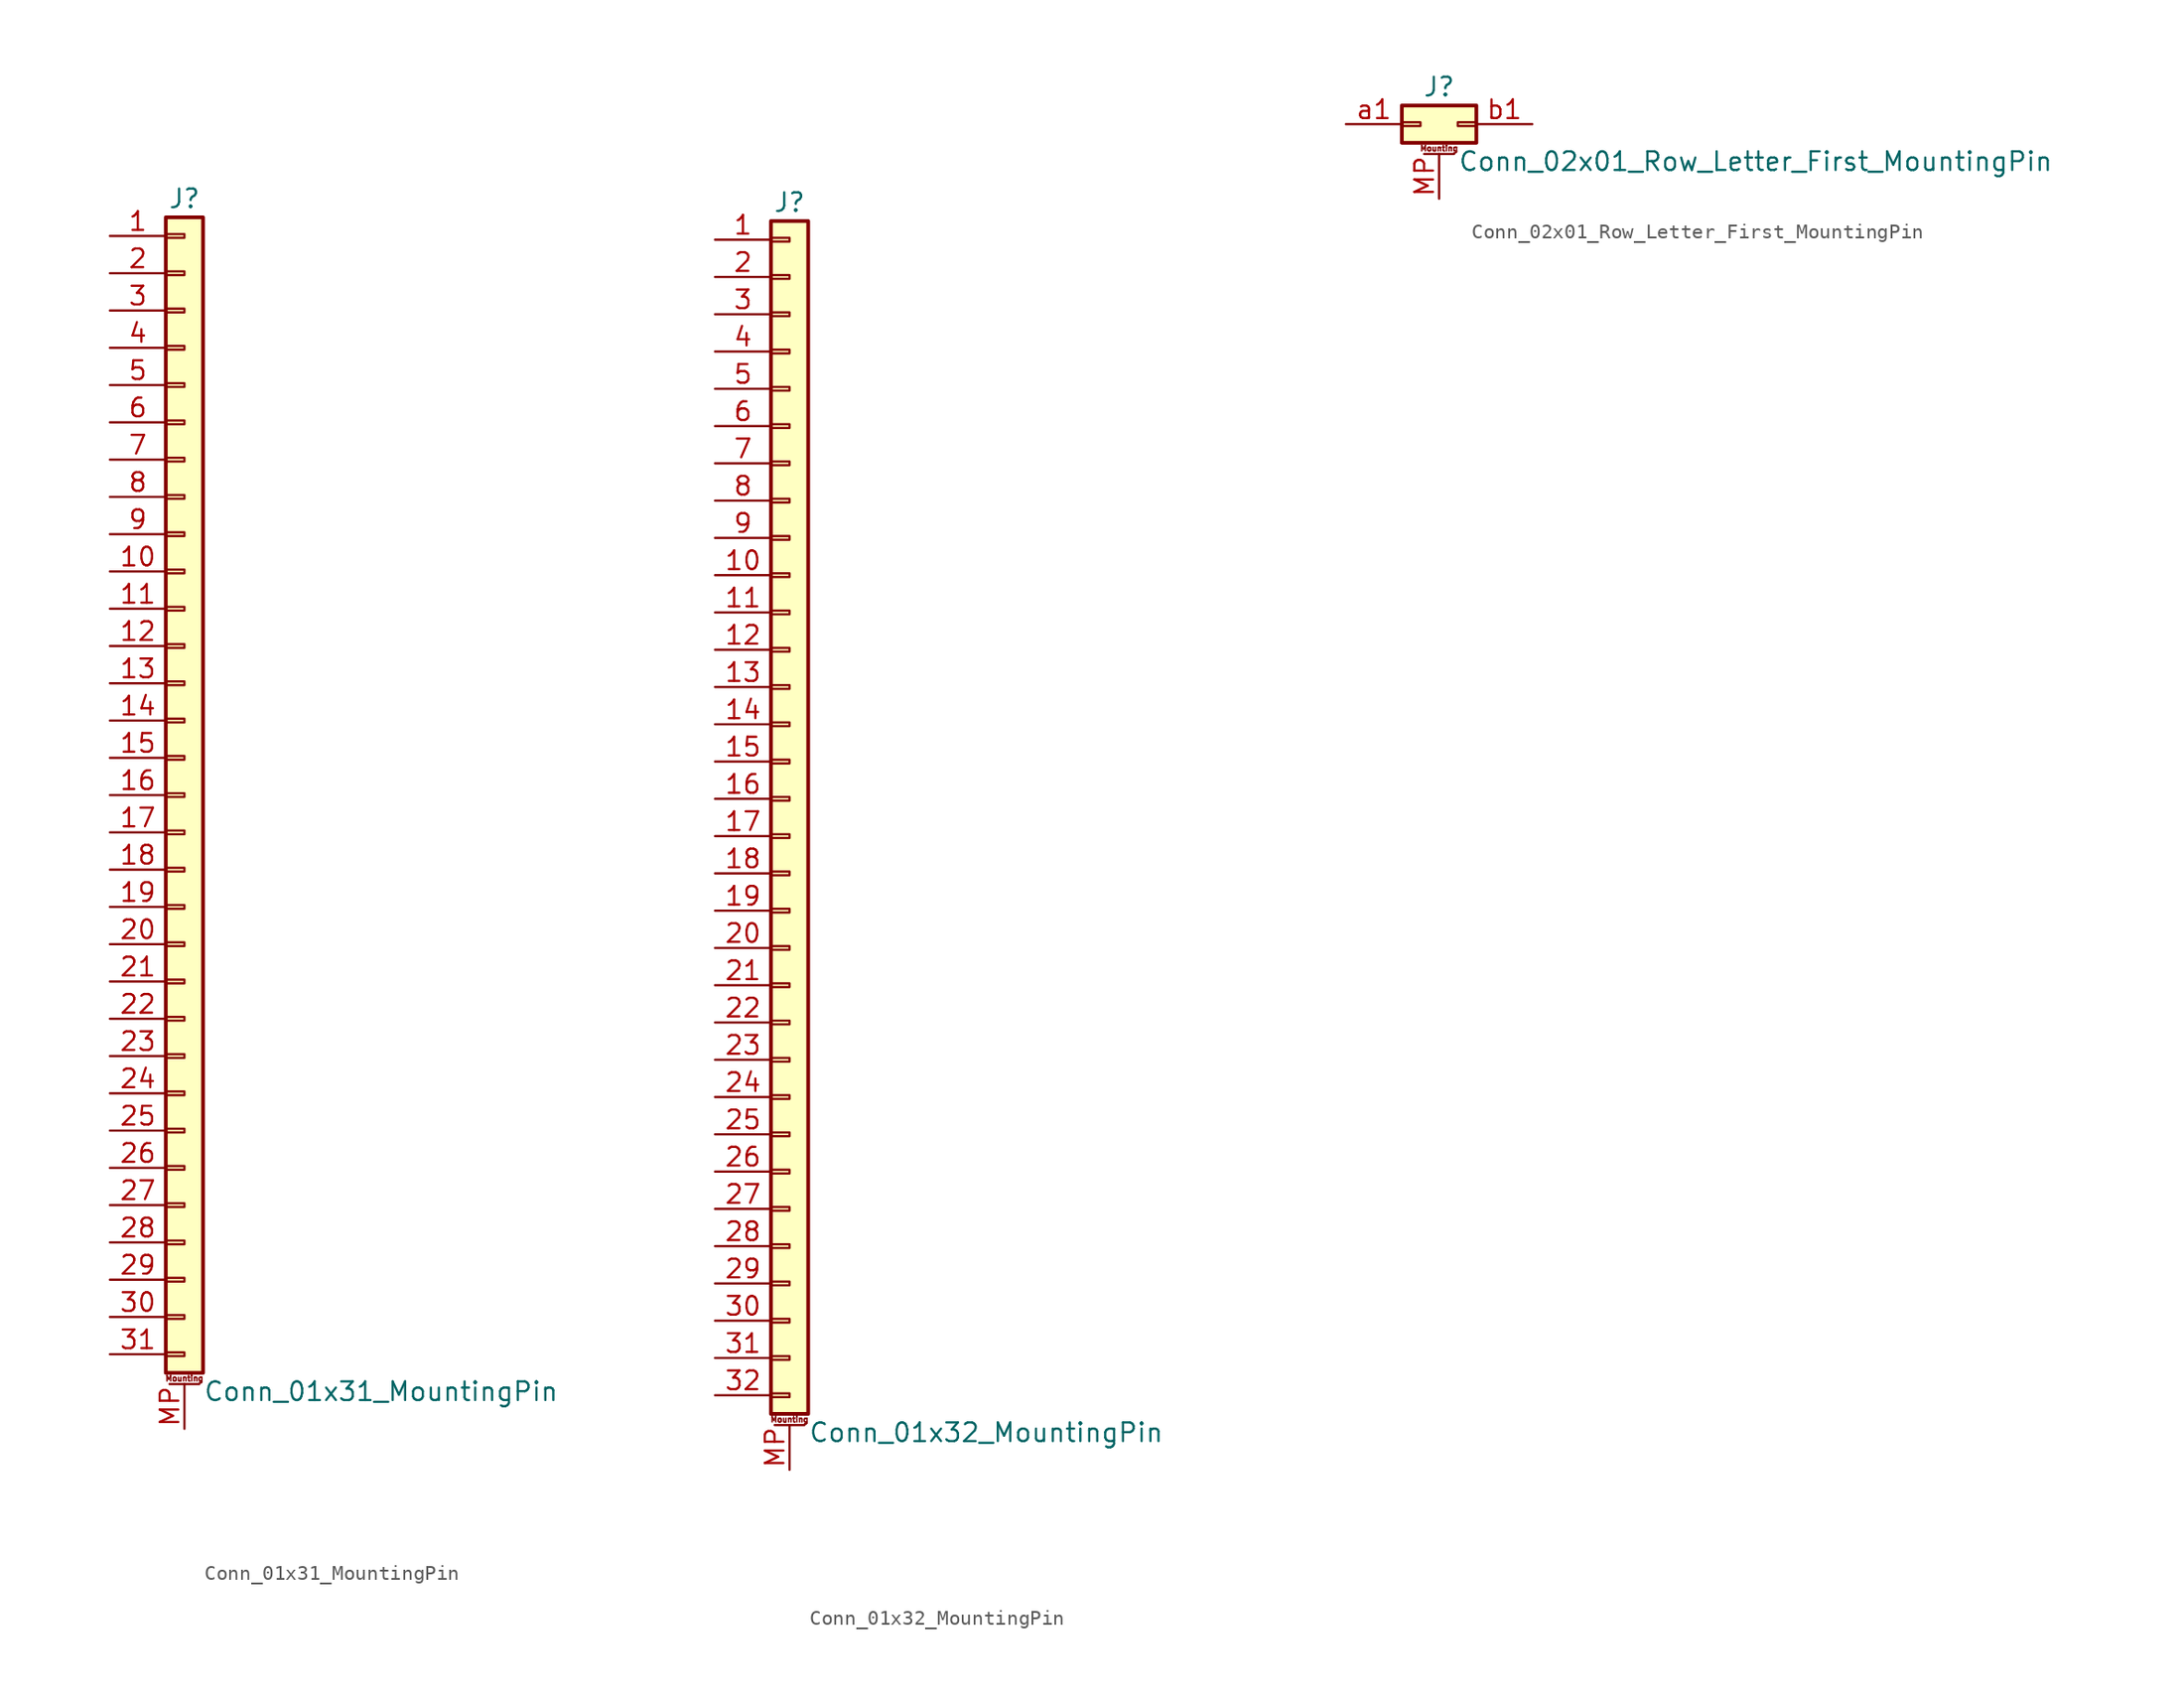
<source format=kicad_sym>
(kicad_symbol_lib
  (version 20201005)
  (generator kicad_symbol_editor)
  (symbol "Conn_01x31_MountingPin"
    (pin_names
      (offset 1.016) hide)
    (property "Reference" "J"
      (at 0 40.64 0)
      (effects (font (size 1.27 1.27))))
    (property "Value" "Conn_01x31_MountingPin"
      (at 1.27 -40.64 0)
      (effects (font (size 1.27 1.27)) (justify left)))
    (symbol "Conn_01x31_MountingPin_1_1"
      (text "Mounting" (at 0 -39.751 0) (effects (font (size 0.381 0.381))))
      (rectangle (start -1.27 -37.973) (end 0 -38.227) (stroke (width 0.152)) (fill (type none)))
      (rectangle (start -1.27 -35.433) (end 0 -35.687) (stroke (width 0.152)) (fill (type none)))
      (rectangle (start -1.27 -32.893) (end 0 -33.147) (stroke (width 0.152)) (fill (type none)))
      (rectangle (start -1.27 -30.353) (end 0 -30.607) (stroke (width 0.152)) (fill (type none)))
      (rectangle (start -1.27 -27.813) (end 0 -28.067) (stroke (width 0.152)) (fill (type none)))
      (rectangle (start -1.27 -25.273) (end 0 -25.527) (stroke (width 0.152)) (fill (type none)))
      (rectangle (start -1.27 -22.733) (end 0 -22.987) (stroke (width 0.152)) (fill (type none)))
      (rectangle (start -1.27 -20.193) (end 0 -20.447) (stroke (width 0.152)) (fill (type none)))
      (rectangle (start -1.27 -17.653) (end 0 -17.907) (stroke (width 0.152)) (fill (type none)))
      (rectangle (start -1.27 -15.113) (end 0 -15.367) (stroke (width 0.152)) (fill (type none)))
      (rectangle (start -1.27 -12.573) (end 0 -12.827) (stroke (width 0.152)) (fill (type none)))
      (rectangle (start -1.27 -10.033) (end 0 -10.287) (stroke (width 0.152)) (fill (type none)))
      (rectangle (start -1.27 -7.493) (end 0 -7.747) (stroke (width 0.152)) (fill (type none)))
      (rectangle (start -1.27 -4.953) (end 0 -5.207) (stroke (width 0.152)) (fill (type none)))
      (rectangle (start -1.27 -2.413) (end 0 -2.667) (stroke (width 0.152)) (fill (type none)))
      (rectangle (start -1.27 0.127) (end 0 -0.127) (stroke (width 0.152)) (fill (type none)))
      (rectangle (start -1.27 2.667) (end 0 2.413) (stroke (width 0.152)) (fill (type none)))
      (rectangle (start -1.27 5.207) (end 0 4.953) (stroke (width 0.152)) (fill (type none)))
      (rectangle (start -1.27 7.747) (end 0 7.493) (stroke (width 0.152)) (fill (type none)))
      (rectangle (start -1.27 10.287) (end 0 10.033) (stroke (width 0.152)) (fill (type none)))
      (rectangle (start -1.27 12.827) (end 0 12.573) (stroke (width 0.152)) (fill (type none)))
      (rectangle (start -1.27 15.367) (end 0 15.113) (stroke (width 0.152)) (fill (type none)))
      (rectangle (start -1.27 17.907) (end 0 17.653) (stroke (width 0.152)) (fill (type none)))
      (rectangle (start -1.27 20.447) (end 0 20.193) (stroke (width 0.152)) (fill (type none)))
      (rectangle (start -1.27 22.987) (end 0 22.733) (stroke (width 0.152)) (fill (type none)))
      (rectangle (start -1.27 25.527) (end 0 25.273) (stroke (width 0.152)) (fill (type none)))
      (rectangle (start -1.27 28.067) (end 0 27.813) (stroke (width 0.152)) (fill (type none)))
      (rectangle (start -1.27 30.607) (end 0 30.353) (stroke (width 0.152)) (fill (type none)))
      (rectangle (start -1.27 33.147) (end 0 32.893) (stroke (width 0.152)) (fill (type none)))
      (rectangle (start -1.27 35.687) (end 0 35.433) (stroke (width 0.152)) (fill (type none)))
      (rectangle (start -1.27 38.227) (end 0 37.973) (stroke (width 0.152)) (fill (type none)))
      (rectangle (start -1.27 39.37) (end 1.27 -39.37) (stroke (width 0.254)) (fill (type background)))
      (polyline (pts (xy -1.016 -40.132) (xy 1.016 -40.132)) (stroke (width 0.152)) (fill (type none)))
      (pin passive line (at -5.08 38.1 0) (length 3.81) (name "Pin_1" (effects (font (size 1.27 1.27)))) (number "1" (effects (font (size 1.27 1.27)))))
      (pin passive line (at -5.08 15.24 0) (length 3.81) (name "Pin_10" (effects (font (size 1.27 1.27)))) (number "10" (effects (font (size 1.27 1.27)))))
      (pin passive line (at -5.08 12.7 0) (length 3.81) (name "Pin_11" (effects (font (size 1.27 1.27)))) (number "11" (effects (font (size 1.27 1.27)))))
      (pin passive line (at -5.08 10.16 0) (length 3.81) (name "Pin_12" (effects (font (size 1.27 1.27)))) (number "12" (effects (font (size 1.27 1.27)))))
      (pin passive line (at -5.08 7.62 0) (length 3.81) (name "Pin_13" (effects (font (size 1.27 1.27)))) (number "13" (effects (font (size 1.27 1.27)))))
      (pin passive line (at -5.08 5.08 0) (length 3.81) (name "Pin_14" (effects (font (size 1.27 1.27)))) (number "14" (effects (font (size 1.27 1.27)))))
      (pin passive line (at -5.08 2.54 0) (length 3.81) (name "Pin_15" (effects (font (size 1.27 1.27)))) (number "15" (effects (font (size 1.27 1.27)))))
      (pin passive line (at -5.08 0 0) (length 3.81) (name "Pin_16" (effects (font (size 1.27 1.27)))) (number "16" (effects (font (size 1.27 1.27)))))
      (pin passive line (at -5.08 -2.54 0) (length 3.81) (name "Pin_17" (effects (font (size 1.27 1.27)))) (number "17" (effects (font (size 1.27 1.27)))))
      (pin passive line (at -5.08 -5.08 0) (length 3.81) (name "Pin_18" (effects (font (size 1.27 1.27)))) (number "18" (effects (font (size 1.27 1.27)))))
      (pin passive line (at -5.08 -7.62 0) (length 3.81) (name "Pin_19" (effects (font (size 1.27 1.27)))) (number "19" (effects (font (size 1.27 1.27)))))
      (pin passive line (at -5.08 35.56 0) (length 3.81) (name "Pin_2" (effects (font (size 1.27 1.27)))) (number "2" (effects (font (size 1.27 1.27)))))
      (pin passive line (at -5.08 -10.16 0) (length 3.81) (name "Pin_20" (effects (font (size 1.27 1.27)))) (number "20" (effects (font (size 1.27 1.27)))))
      (pin passive line (at -5.08 -12.7 0) (length 3.81) (name "Pin_21" (effects (font (size 1.27 1.27)))) (number "21" (effects (font (size 1.27 1.27)))))
      (pin passive line (at -5.08 -15.24 0) (length 3.81) (name "Pin_22" (effects (font (size 1.27 1.27)))) (number "22" (effects (font (size 1.27 1.27)))))
      (pin passive line (at -5.08 -17.78 0) (length 3.81) (name "Pin_23" (effects (font (size 1.27 1.27)))) (number "23" (effects (font (size 1.27 1.27)))))
      (pin passive line (at -5.08 -20.32 0) (length 3.81) (name "Pin_24" (effects (font (size 1.27 1.27)))) (number "24" (effects (font (size 1.27 1.27)))))
      (pin passive line (at -5.08 -22.86 0) (length 3.81) (name "Pin_25" (effects (font (size 1.27 1.27)))) (number "25" (effects (font (size 1.27 1.27)))))
      (pin passive line (at -5.08 -25.4 0) (length 3.81) (name "Pin_26" (effects (font (size 1.27 1.27)))) (number "26" (effects (font (size 1.27 1.27)))))
      (pin passive line (at -5.08 -27.94 0) (length 3.81) (name "Pin_27" (effects (font (size 1.27 1.27)))) (number "27" (effects (font (size 1.27 1.27)))))
      (pin passive line (at -5.08 -30.48 0) (length 3.81) (name "Pin_28" (effects (font (size 1.27 1.27)))) (number "28" (effects (font (size 1.27 1.27)))))
      (pin passive line (at -5.08 -33.02 0) (length 3.81) (name "Pin_29" (effects (font (size 1.27 1.27)))) (number "29" (effects (font (size 1.27 1.27)))))
      (pin passive line (at -5.08 33.02 0) (length 3.81) (name "Pin_3" (effects (font (size 1.27 1.27)))) (number "3" (effects (font (size 1.27 1.27)))))
      (pin passive line (at -5.08 -35.56 0) (length 3.81) (name "Pin_30" (effects (font (size 1.27 1.27)))) (number "30" (effects (font (size 1.27 1.27)))))
      (pin passive line (at -5.08 -38.1 0) (length 3.81) (name "Pin_31" (effects (font (size 1.27 1.27)))) (number "31" (effects (font (size 1.27 1.27)))))
      (pin passive line (at -5.08 30.48 0) (length 3.81) (name "Pin_4" (effects (font (size 1.27 1.27)))) (number "4" (effects (font (size 1.27 1.27)))))
      (pin passive line (at -5.08 27.94 0) (length 3.81) (name "Pin_5" (effects (font (size 1.27 1.27)))) (number "5" (effects (font (size 1.27 1.27)))))
      (pin passive line (at -5.08 25.4 0) (length 3.81) (name "Pin_6" (effects (font (size 1.27 1.27)))) (number "6" (effects (font (size 1.27 1.27)))))
      (pin passive line (at -5.08 22.86 0) (length 3.81) (name "Pin_7" (effects (font (size 1.27 1.27)))) (number "7" (effects (font (size 1.27 1.27)))))
      (pin passive line (at -5.08 20.32 0) (length 3.81) (name "Pin_8" (effects (font (size 1.27 1.27)))) (number "8" (effects (font (size 1.27 1.27)))))
      (pin passive line (at -5.08 17.78 0) (length 3.81) (name "Pin_9" (effects (font (size 1.27 1.27)))) (number "9" (effects (font (size 1.27 1.27)))))
      (pin passive line (at 0 -43.18 90) (length 3.048) (name "MountPin" (effects (font (size 1.27 1.27)))) (number "MP" (effects (font (size 1.27 1.27)))))))
  (symbol "Conn_01x32_MountingPin"
    (pin_names
      (offset 1.016) hide)
    (property "Reference" "J"
      (at 0 40.64 0)
      (effects (font (size 1.27 1.27))))
    (property "Value" "Conn_01x32_MountingPin"
      (at 1.27 -43.18 0)
      (effects (font (size 1.27 1.27)) (justify left)))
    (symbol "Conn_01x32_MountingPin_1_1"
      (text "Mounting" (at 0 -42.291 0) (effects (font (size 0.381 0.381))))
      (rectangle (start -1.27 -40.513) (end 0 -40.767) (stroke (width 0.152)) (fill (type none)))
      (rectangle (start -1.27 -37.973) (end 0 -38.227) (stroke (width 0.152)) (fill (type none)))
      (rectangle (start -1.27 -35.433) (end 0 -35.687) (stroke (width 0.152)) (fill (type none)))
      (rectangle (start -1.27 -32.893) (end 0 -33.147) (stroke (width 0.152)) (fill (type none)))
      (rectangle (start -1.27 -30.353) (end 0 -30.607) (stroke (width 0.152)) (fill (type none)))
      (rectangle (start -1.27 -27.813) (end 0 -28.067) (stroke (width 0.152)) (fill (type none)))
      (rectangle (start -1.27 -25.273) (end 0 -25.527) (stroke (width 0.152)) (fill (type none)))
      (rectangle (start -1.27 -22.733) (end 0 -22.987) (stroke (width 0.152)) (fill (type none)))
      (rectangle (start -1.27 -20.193) (end 0 -20.447) (stroke (width 0.152)) (fill (type none)))
      (rectangle (start -1.27 -17.653) (end 0 -17.907) (stroke (width 0.152)) (fill (type none)))
      (rectangle (start -1.27 -15.113) (end 0 -15.367) (stroke (width 0.152)) (fill (type none)))
      (rectangle (start -1.27 -12.573) (end 0 -12.827) (stroke (width 0.152)) (fill (type none)))
      (rectangle (start -1.27 -10.033) (end 0 -10.287) (stroke (width 0.152)) (fill (type none)))
      (rectangle (start -1.27 -7.493) (end 0 -7.747) (stroke (width 0.152)) (fill (type none)))
      (rectangle (start -1.27 -4.953) (end 0 -5.207) (stroke (width 0.152)) (fill (type none)))
      (rectangle (start -1.27 -2.413) (end 0 -2.667) (stroke (width 0.152)) (fill (type none)))
      (rectangle (start -1.27 0.127) (end 0 -0.127) (stroke (width 0.152)) (fill (type none)))
      (rectangle (start -1.27 2.667) (end 0 2.413) (stroke (width 0.152)) (fill (type none)))
      (rectangle (start -1.27 5.207) (end 0 4.953) (stroke (width 0.152)) (fill (type none)))
      (rectangle (start -1.27 7.747) (end 0 7.493) (stroke (width 0.152)) (fill (type none)))
      (rectangle (start -1.27 10.287) (end 0 10.033) (stroke (width 0.152)) (fill (type none)))
      (rectangle (start -1.27 12.827) (end 0 12.573) (stroke (width 0.152)) (fill (type none)))
      (rectangle (start -1.27 15.367) (end 0 15.113) (stroke (width 0.152)) (fill (type none)))
      (rectangle (start -1.27 17.907) (end 0 17.653) (stroke (width 0.152)) (fill (type none)))
      (rectangle (start -1.27 20.447) (end 0 20.193) (stroke (width 0.152)) (fill (type none)))
      (rectangle (start -1.27 22.987) (end 0 22.733) (stroke (width 0.152)) (fill (type none)))
      (rectangle (start -1.27 25.527) (end 0 25.273) (stroke (width 0.152)) (fill (type none)))
      (rectangle (start -1.27 28.067) (end 0 27.813) (stroke (width 0.152)) (fill (type none)))
      (rectangle (start -1.27 30.607) (end 0 30.353) (stroke (width 0.152)) (fill (type none)))
      (rectangle (start -1.27 33.147) (end 0 32.893) (stroke (width 0.152)) (fill (type none)))
      (rectangle (start -1.27 35.687) (end 0 35.433) (stroke (width 0.152)) (fill (type none)))
      (rectangle (start -1.27 38.227) (end 0 37.973) (stroke (width 0.152)) (fill (type none)))
      (rectangle (start -1.27 39.37) (end 1.27 -41.91) (stroke (width 0.254)) (fill (type background)))
      (polyline (pts (xy -1.016 -42.672) (xy 1.016 -42.672)) (stroke (width 0.152)) (fill (type none)))
      (pin passive line (at -5.08 38.1 0) (length 3.81) (name "Pin_1" (effects (font (size 1.27 1.27)))) (number "1" (effects (font (size 1.27 1.27)))))
      (pin passive line (at -5.08 15.24 0) (length 3.81) (name "Pin_10" (effects (font (size 1.27 1.27)))) (number "10" (effects (font (size 1.27 1.27)))))
      (pin passive line (at -5.08 12.7 0) (length 3.81) (name "Pin_11" (effects (font (size 1.27 1.27)))) (number "11" (effects (font (size 1.27 1.27)))))
      (pin passive line (at -5.08 10.16 0) (length 3.81) (name "Pin_12" (effects (font (size 1.27 1.27)))) (number "12" (effects (font (size 1.27 1.27)))))
      (pin passive line (at -5.08 7.62 0) (length 3.81) (name "Pin_13" (effects (font (size 1.27 1.27)))) (number "13" (effects (font (size 1.27 1.27)))))
      (pin passive line (at -5.08 5.08 0) (length 3.81) (name "Pin_14" (effects (font (size 1.27 1.27)))) (number "14" (effects (font (size 1.27 1.27)))))
      (pin passive line (at -5.08 2.54 0) (length 3.81) (name "Pin_15" (effects (font (size 1.27 1.27)))) (number "15" (effects (font (size 1.27 1.27)))))
      (pin passive line (at -5.08 0 0) (length 3.81) (name "Pin_16" (effects (font (size 1.27 1.27)))) (number "16" (effects (font (size 1.27 1.27)))))
      (pin passive line (at -5.08 -2.54 0) (length 3.81) (name "Pin_17" (effects (font (size 1.27 1.27)))) (number "17" (effects (font (size 1.27 1.27)))))
      (pin passive line (at -5.08 -5.08 0) (length 3.81) (name "Pin_18" (effects (font (size 1.27 1.27)))) (number "18" (effects (font (size 1.27 1.27)))))
      (pin passive line (at -5.08 -7.62 0) (length 3.81) (name "Pin_19" (effects (font (size 1.27 1.27)))) (number "19" (effects (font (size 1.27 1.27)))))
      (pin passive line (at -5.08 35.56 0) (length 3.81) (name "Pin_2" (effects (font (size 1.27 1.27)))) (number "2" (effects (font (size 1.27 1.27)))))
      (pin passive line (at -5.08 -10.16 0) (length 3.81) (name "Pin_20" (effects (font (size 1.27 1.27)))) (number "20" (effects (font (size 1.27 1.27)))))
      (pin passive line (at -5.08 -12.7 0) (length 3.81) (name "Pin_21" (effects (font (size 1.27 1.27)))) (number "21" (effects (font (size 1.27 1.27)))))
      (pin passive line (at -5.08 -15.24 0) (length 3.81) (name "Pin_22" (effects (font (size 1.27 1.27)))) (number "22" (effects (font (size 1.27 1.27)))))
      (pin passive line (at -5.08 -17.78 0) (length 3.81) (name "Pin_23" (effects (font (size 1.27 1.27)))) (number "23" (effects (font (size 1.27 1.27)))))
      (pin passive line (at -5.08 -20.32 0) (length 3.81) (name "Pin_24" (effects (font (size 1.27 1.27)))) (number "24" (effects (font (size 1.27 1.27)))))
      (pin passive line (at -5.08 -22.86 0) (length 3.81) (name "Pin_25" (effects (font (size 1.27 1.27)))) (number "25" (effects (font (size 1.27 1.27)))))
      (pin passive line (at -5.08 -25.4 0) (length 3.81) (name "Pin_26" (effects (font (size 1.27 1.27)))) (number "26" (effects (font (size 1.27 1.27)))))
      (pin passive line (at -5.08 -27.94 0) (length 3.81) (name "Pin_27" (effects (font (size 1.27 1.27)))) (number "27" (effects (font (size 1.27 1.27)))))
      (pin passive line (at -5.08 -30.48 0) (length 3.81) (name "Pin_28" (effects (font (size 1.27 1.27)))) (number "28" (effects (font (size 1.27 1.27)))))
      (pin passive line (at -5.08 -33.02 0) (length 3.81) (name "Pin_29" (effects (font (size 1.27 1.27)))) (number "29" (effects (font (size 1.27 1.27)))))
      (pin passive line (at -5.08 33.02 0) (length 3.81) (name "Pin_3" (effects (font (size 1.27 1.27)))) (number "3" (effects (font (size 1.27 1.27)))))
      (pin passive line (at -5.08 -35.56 0) (length 3.81) (name "Pin_30" (effects (font (size 1.27 1.27)))) (number "30" (effects (font (size 1.27 1.27)))))
      (pin passive line (at -5.08 -38.1 0) (length 3.81) (name "Pin_31" (effects (font (size 1.27 1.27)))) (number "31" (effects (font (size 1.27 1.27)))))
      (pin passive line (at -5.08 -40.64 0) (length 3.81) (name "Pin_32" (effects (font (size 1.27 1.27)))) (number "32" (effects (font (size 1.27 1.27)))))
      (pin passive line (at -5.08 30.48 0) (length 3.81) (name "Pin_4" (effects (font (size 1.27 1.27)))) (number "4" (effects (font (size 1.27 1.27)))))
      (pin passive line (at -5.08 27.94 0) (length 3.81) (name "Pin_5" (effects (font (size 1.27 1.27)))) (number "5" (effects (font (size 1.27 1.27)))))
      (pin passive line (at -5.08 25.4 0) (length 3.81) (name "Pin_6" (effects (font (size 1.27 1.27)))) (number "6" (effects (font (size 1.27 1.27)))))
      (pin passive line (at -5.08 22.86 0) (length 3.81) (name "Pin_7" (effects (font (size 1.27 1.27)))) (number "7" (effects (font (size 1.27 1.27)))))
      (pin passive line (at -5.08 20.32 0) (length 3.81) (name "Pin_8" (effects (font (size 1.27 1.27)))) (number "8" (effects (font (size 1.27 1.27)))))
      (pin passive line (at -5.08 17.78 0) (length 3.81) (name "Pin_9" (effects (font (size 1.27 1.27)))) (number "9" (effects (font (size 1.27 1.27)))))
      (pin passive line (at 0 -45.72 90) (length 3.048) (name "MountPin" (effects (font (size 1.27 1.27)))) (number "MP" (effects (font (size 1.27 1.27)))))))
  (symbol "Conn_02x01_Row_Letter_First_MountingPin"
    (pin_names
      (offset 1.016) hide)
    (property "Reference" "J"
      (at 1.27 2.54 0)
      (effects (font (size 1.27 1.27))))
    (property "Value" "Conn_02x01_Row_Letter_First_MountingPin"
      (at 2.54 -2.54 0)
      (effects (font (size 1.27 1.27)) (justify left)))
    (symbol "Conn_02x01_Row_Letter_First_MountingPin_1_1"
      (text "Mounting" (at 1.27 -1.651 0) (effects (font (size 0.381 0.381))))
      (rectangle (start -1.27 0.127) (end 0 -0.127) (stroke (width 0.152)) (fill (type none)))
      (rectangle (start -1.27 1.27) (end 3.81 -1.27) (stroke (width 0.254)) (fill (type background)))
      (rectangle (start 3.81 0.127) (end 2.54 -0.127) (stroke (width 0.152)) (fill (type none)))
      (polyline (pts (xy 0.254 -2.032) (xy 2.286 -2.032)) (stroke (width 0.152)) (fill (type none)))
      (pin passive line (at 1.27 -5.08 90) (length 3.048) (name "MountPin" (effects (font (size 1.27 1.27)))) (number "MP" (effects (font (size 1.27 1.27)))))
      (pin passive line (at -5.08 0 0) (length 3.81) (name "Pin_a1" (effects (font (size 1.27 1.27)))) (number "a1" (effects (font (size 1.27 1.27)))))
      (pin passive line (at 7.62 0 180) (length 3.81) (name "Pin_b1" (effects (font (size 1.27 1.27)))) (number "b1" (effects (font (size 1.27 1.27))))))))
</source>
